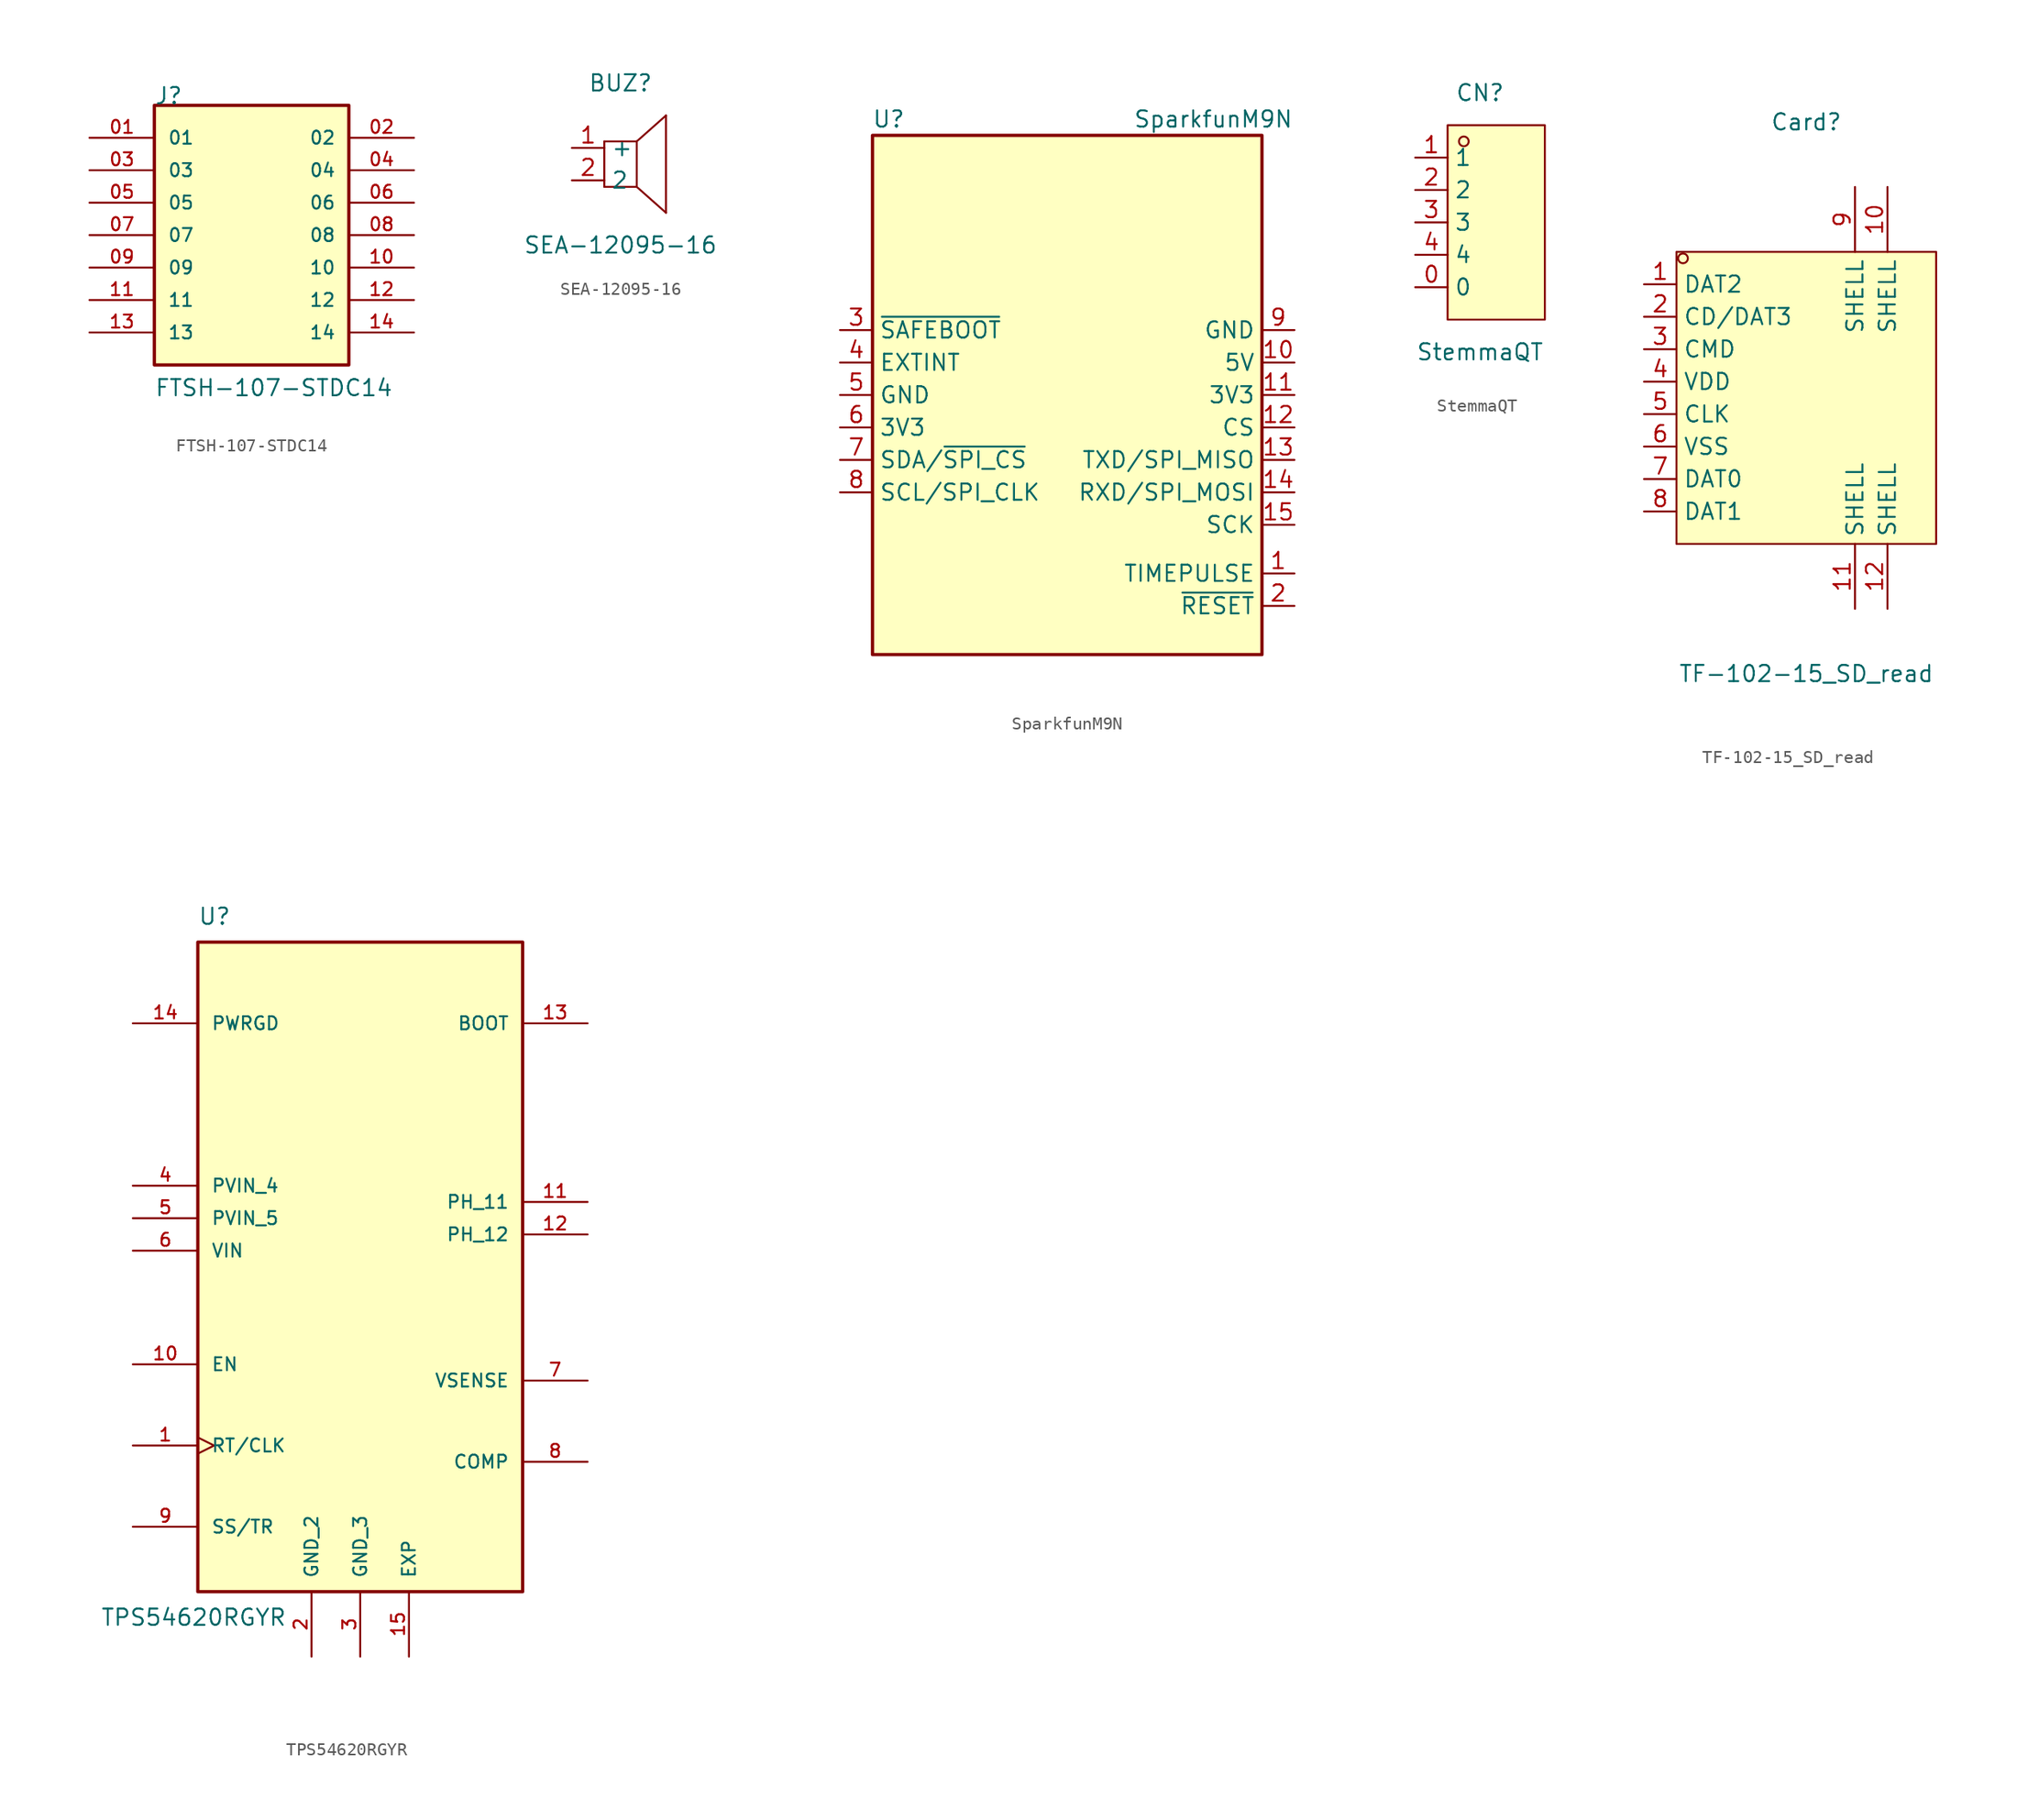
<source format=kicad_sym>
(kicad_symbol_lib
  (version 20241209)
  (generator "kicad_symbol_editor")
  (generator_version "9.0")
  (symbol "FTSH-107-STDC14"
    (pin_names
      (offset 1.016))
    (property "Reference" "J"
      (at -7.62 10.16 0)
      (effects (font (size 1.27 1.27)) (justify left bottom)))
    (property "Value" "FTSH-107-STDC14"
      (at -7.62 -12.7 0)
      (effects (font (size 1.27 1.27)) (justify left bottom)))
    (symbol "FTSH-107-STDC14_0_0"
      (rectangle (start -7.62 -10.16) (end 7.6 10.16) (stroke (width 0.254) (type default)) (fill (type background)))
      (pin passive line (at -12.7 7.62 0) (length 5.08) (name "01" (effects (font (size 1.016 1.016)))) (number "01" (effects (font (size 1.016 1.016)))))
      (pin passive line (at -12.7 5.08 0) (length 5.08) (name "03" (effects (font (size 1.016 1.016)))) (number "03" (effects (font (size 1.016 1.016)))))
      (pin passive line (at -12.7 2.54 0) (length 5.08) (name "05" (effects (font (size 1.016 1.016)))) (number "05" (effects (font (size 1.016 1.016)))))
      (pin passive line (at -12.7 0 0) (length 5.08) (name "07" (effects (font (size 1.016 1.016)))) (number "07" (effects (font (size 1.016 1.016)))))
      (pin passive line (at -12.7 -2.54 0) (length 5.08) (name "09" (effects (font (size 1.016 1.016)))) (number "09" (effects (font (size 1.016 1.016)))))
      (pin passive line (at -12.7 -5.08 0) (length 5.08) (name "11" (effects (font (size 1.016 1.016)))) (number "11" (effects (font (size 1.016 1.016)))))
      (pin passive line (at -12.7 -7.62 0) (length 5.08) (name "13" (effects (font (size 1.016 1.016)))) (number "13" (effects (font (size 1.016 1.016)))))
      (pin passive line (at 12.7 7.62 180) (length 5.08) (name "02" (effects (font (size 1.016 1.016)))) (number "02" (effects (font (size 1.016 1.016)))))
      (pin passive line (at 12.7 5.08 180) (length 5.08) (name "04" (effects (font (size 1.016 1.016)))) (number "04" (effects (font (size 1.016 1.016)))))
      (pin passive line (at 12.7 2.54 180) (length 5.08) (name "06" (effects (font (size 1.016 1.016)))) (number "06" (effects (font (size 1.016 1.016)))))
      (pin passive line (at 12.7 0 180) (length 5.08) (name "08" (effects (font (size 1.016 1.016)))) (number "08" (effects (font (size 1.016 1.016)))))
      (pin passive line (at 12.7 -2.54 180) (length 5.08) (name "10" (effects (font (size 1.016 1.016)))) (number "10" (effects (font (size 1.016 1.016)))))
      (pin passive line (at 12.7 -5.08 180) (length 5.08) (name "12" (effects (font (size 1.016 1.016)))) (number "12" (effects (font (size 1.016 1.016)))))
      (pin passive line (at 12.7 -7.62 180) (length 5.08) (name "14" (effects (font (size 1.016 1.016)))) (number "14" (effects (font (size 1.016 1.016)))))))
  (symbol "SEA-12095-16"
    (property "Reference" "BUZ"
      (at 0 6.35 0)
      (effects (font (size 1.27 1.27))))
    (property "Value" "SEA-12095-16"
      (at 0 -6.35 0)
      (effects (font (size 1.27 1.27))))
    (symbol "SEA-12095-16_0_1"
      (polyline (pts (xy -1.27 1.78) (xy -1.27 -1.78)) (stroke (width 0) (type default)) (fill (type none)))
      (polyline (pts (xy -1.27 1.78) (xy 1.27 1.78)) (stroke (width 0) (type default)) (fill (type none)))
      (polyline (pts (xy -1.27 -1.78) (xy 1.27 -1.78)) (stroke (width 0) (type default)) (fill (type none)))
      (polyline (pts (xy 1.27 1.78) (xy 1.27 -1.78)) (stroke (width 0) (type default)) (fill (type none)))
      (polyline (pts (xy 1.27 -1.78) (xy 3.56 -3.81)) (stroke (width 0) (type default)) (fill (type none)))
      (polyline (pts (xy 3.56 3.81) (xy 1.27 1.78)) (stroke (width 0) (type default)) (fill (type none)))
      (polyline (pts (xy 3.56 3.81) (xy 3.56 -3.81)) (stroke (width 0) (type default)) (fill (type none)))
      (pin unspecified line (at -3.81 1.27 0) (length 2.54) (name "+" (effects (font (size 1.27 1.27)))) (number "1" (effects (font (size 1.27 1.27)))))
      (pin unspecified line (at -3.81 -1.27 0) (length 2.54) (name "2" (effects (font (size 1.27 1.27)))) (number "2" (effects (font (size 1.27 1.27)))))))
  (symbol "SparkfunM9N"
    (property "Reference" "U"
      (at 59.69 63.5 0)
      (effects (font (size 1.27 1.27))))
    (property "Value" "SparkfunM9N"
      (at 85.09 63.5 0)
      (effects (font (size 1.27 1.27))))
    (symbol "SparkfunM9N_0_1"
      (rectangle (start 58.42 62.23) (end 88.9 21.59) (stroke (width 0.254) (type default)) (fill (type background))))
    (symbol "SparkfunM9N_1_1"
      (pin input line (at 55.88 46.99 0) (length 2.54) (name "~{SAFEBOOT}" (effects (font (size 1.27 1.27)))) (number "3" (effects (font (size 1.27 1.27)))))
      (pin input line (at 55.88 44.45 0) (length 2.54) (name "EXTINT" (effects (font (size 1.27 1.27)))) (number "4" (effects (font (size 1.27 1.27)))))
      (pin power_in line (at 55.88 41.91 0) (length 2.54) (name "GND" (effects (font (size 1.27 1.27)))) (number "5" (effects (font (size 1.27 1.27)))))
      (pin power_in line (at 55.88 39.37 0) (length 2.54) (name "3V3" (effects (font (size 1.27 1.27)))) (number "6" (effects (font (size 1.27 1.27)))))
      (pin bidirectional line (at 55.88 36.83 0) (length 2.54) (name "SDA/~{SPI_CS}" (effects (font (size 1.27 1.27)))) (number "7" (effects (font (size 1.27 1.27)))))
      (pin input line (at 55.88 34.29 0) (length 2.54) (name "SCL/SPI_CLK" (effects (font (size 1.27 1.27)))) (number "8" (effects (font (size 1.27 1.27)))))
      (pin power_in line (at 91.44 46.99 180) (length 2.54) (name "GND" (effects (font (size 1.27 1.27)))) (number "9" (effects (font (size 1.27 1.27)))))
      (pin power_in line (at 91.44 44.45 180) (length 2.54) (name "5V" (effects (font (size 1.27 1.27)))) (number "10" (effects (font (size 1.27 1.27)))))
      (pin power_in line (at 91.44 41.91 180) (length 2.54) (name "3V3" (effects (font (size 1.27 1.27)))) (number "11" (effects (font (size 1.27 1.27)))))
      (pin output line (at 91.44 39.37 180) (length 2.54) (name "CS" (effects (font (size 1.27 1.27)))) (number "12" (effects (font (size 1.27 1.27)))))
      (pin output line (at 91.44 36.83 180) (length 2.54) (name "TXD/SPI_MISO" (effects (font (size 1.27 1.27)))) (number "13" (effects (font (size 1.27 1.27)))))
      (pin input line (at 91.44 34.29 180) (length 2.54) (name "RXD/SPI_MOSI" (effects (font (size 1.27 1.27)))) (number "14" (effects (font (size 1.27 1.27)))))
      (pin input line (at 91.44 31.75 180) (length 2.54) (name "SCK" (effects (font (size 1.27 1.27)))) (number "15" (effects (font (size 1.27 1.27)))))
      (pin output line (at 91.44 27.94 180) (length 2.54) (name "TIMEPULSE" (effects (font (size 1.27 1.27)))) (number "1" (effects (font (size 1.27 1.27)))))
      (pin input line (at 91.44 25.4 180) (length 2.54) (name "~{RESET}" (effects (font (size 1.27 1.27)))) (number "2" (effects (font (size 1.27 1.27)))))))
  (symbol "StemmaQT"
    (property "Reference" "CN"
      (at 0 10.16 0)
      (effects (font (size 1.27 1.27))))
    (property "Value" "StemmaQT"
      (at 0 -10.16 0)
      (effects (font (size 1.27 1.27))))
    (symbol "StemmaQT_0_1"
      (rectangle (start -2.54 7.62) (end 5.08 -7.62) (stroke (width 0) (type default)) (fill (type background)))
      (circle (center -1.27 6.35) (radius 0.38) (stroke (width 0) (type default)) (fill (type none))))
    (symbol "StemmaQT_1_1"
      (pin power_in line (at -5.08 5.08 0) (length 2.54) (name "1" (effects (font (size 1.27 1.27)))) (number "1" (effects (font (size 1.27 1.27)))))
      (pin power_in line (at -5.08 2.54 0) (length 2.54) (name "2" (effects (font (size 1.27 1.27)))) (number "2" (effects (font (size 1.27 1.27)))))
      (pin bidirectional line (at -5.08 0 0) (length 2.54) (name "3" (effects (font (size 1.27 1.27)))) (number "3" (effects (font (size 1.27 1.27)))))
      (pin bidirectional line (at -5.08 -2.54 0) (length 2.54) (name "4" (effects (font (size 1.27 1.27)))) (number "4" (effects (font (size 1.27 1.27)))))
      (pin power_in line (at -5.08 -5.08 0) (length 2.54) (name "0" (effects (font (size 1.27 1.27)))) (number "0" (effects (font (size 1.27 1.27)))))))
  (symbol "TF-102-15_SD_read"
    (property "Reference" "Card"
      (at 0 21.59 0)
      (effects (font (size 1.27 1.27))))
    (property "Value" "TF-102-15_SD_read"
      (at 0 -21.59 0)
      (effects (font (size 1.27 1.27))))
    (symbol "TF-102-15_SD_read_0_1"
      (rectangle (start -10.16 11.43) (end 10.16 -11.43) (stroke (width 0) (type default)) (fill (type background)))
      (circle (center -9.65 10.92) (radius 0.38) (stroke (width 0) (type default)) (fill (type none))))
    (symbol "TF-102-15_SD_read_1_1"
      (pin bidirectional line (at -12.7 8.89 0) (length 2.54) (name "DAT2" (effects (font (size 1.27 1.27)))) (number "1" (effects (font (size 1.27 1.27)))))
      (pin bidirectional line (at -12.7 6.35 0) (length 2.54) (name "CD/DAT3" (effects (font (size 1.27 1.27)))) (number "2" (effects (font (size 1.27 1.27)))))
      (pin bidirectional line (at -12.7 3.81 0) (length 2.54) (name "CMD" (effects (font (size 1.27 1.27)))) (number "3" (effects (font (size 1.27 1.27)))))
      (pin power_in line (at -12.7 1.27 0) (length 2.54) (name "VDD" (effects (font (size 1.27 1.27)))) (number "4" (effects (font (size 1.27 1.27)))))
      (pin input line (at -12.7 -1.27 0) (length 2.54) (name "CLK" (effects (font (size 1.27 1.27)))) (number "5" (effects (font (size 1.27 1.27)))))
      (pin power_in line (at -12.7 -3.81 0) (length 2.54) (name "VSS" (effects (font (size 1.27 1.27)))) (number "6" (effects (font (size 1.27 1.27)))))
      (pin bidirectional line (at -12.7 -6.35 0) (length 2.54) (name "DAT0" (effects (font (size 1.27 1.27)))) (number "7" (effects (font (size 1.27 1.27)))))
      (pin bidirectional line (at -12.7 -8.89 0) (length 2.54) (name "DAT1" (effects (font (size 1.27 1.27)))) (number "8" (effects (font (size 1.27 1.27)))))
      (pin passive line (at 3.81 16.51 270) (length 5.08) (name "SHELL" (effects (font (size 1.27 1.27)))) (number "9" (effects (font (size 1.27 1.27)))))
      (pin passive line (at 3.81 -16.51 90) (length 5.08) (name "SHELL" (effects (font (size 1.27 1.27)))) (number "11" (effects (font (size 1.27 1.27)))))
      (pin passive line (at 6.35 16.51 270) (length 5.08) (name "SHELL" (effects (font (size 1.27 1.27)))) (number "10" (effects (font (size 1.27 1.27)))))
      (pin passive line (at 6.35 -16.51 90) (length 5.08) (name "SHELL" (effects (font (size 1.27 1.27)))) (number "12" (effects (font (size 1.27 1.27)))))))
  (symbol "TPS54620RGYR"
    (pin_names
      (offset 1.016))
    (property "Reference" "U"
      (at -12.7 26.67 0)
      (effects (font (size 1.27 1.27)) (justify left bottom)))
    (property "Value" "TPS54620RGYR"
      (at -20.32 -26.67 0)
      (effects (font (size 1.27 1.27)) (justify left top)))
    (symbol "TPS54620RGYR_0_0"
      (rectangle (start -12.7 25.4) (end 12.7 -25.4) (stroke (width 0.254) (type default)) (fill (type background)))
      (pin power_in line (at -17.78 19.05 0) (length 5.08) (name "PWRGD" (effects (font (size 1.016 1.016)))) (number "14" (effects (font (size 1.016 1.016)))))
      (pin power_in line (at -17.78 6.35 0) (length 5.08) (name "PVIN_4" (effects (font (size 1.016 1.016)))) (number "4" (effects (font (size 1.016 1.016)))))
      (pin power_in line (at -17.78 3.81 0) (length 5.08) (name "PVIN_5" (effects (font (size 1.016 1.016)))) (number "5" (effects (font (size 1.016 1.016)))))
      (pin input line (at -17.78 1.27 0) (length 5.08) (name "VIN" (effects (font (size 1.016 1.016)))) (number "6" (effects (font (size 1.016 1.016)))))
      (pin input line (at -17.78 -7.62 0) (length 5.08) (name "EN" (effects (font (size 1.016 1.016)))) (number "10" (effects (font (size 1.016 1.016)))))
      (pin input clock (at -17.78 -13.97 0) (length 5.08) (name "RT/CLK" (effects (font (size 1.016 1.016)))) (number "1" (effects (font (size 1.016 1.016)))))
      (pin output line (at -17.78 -20.32 0) (length 5.08) (name "SS/TR" (effects (font (size 1.016 1.016)))) (number "9" (effects (font (size 1.016 1.016)))))
      (pin power_in line (at -3.81 -30.48 90) (length 5.08) (name "GND_2" (effects (font (size 1.016 1.016)))) (number "2" (effects (font (size 1.016 1.016)))))
      (pin power_in line (at 0 -30.48 90) (length 5.08) (name "GND_3" (effects (font (size 1.016 1.016)))) (number "3" (effects (font (size 1.016 1.016)))))
      (pin passive line (at 3.81 -30.48 90) (length 5.08) (name "EXP" (effects (font (size 1.016 1.016)))) (number "15" (effects (font (size 1.016 1.016)))))
      (pin input line (at 17.78 19.05 180) (length 5.08) (name "BOOT" (effects (font (size 1.016 1.016)))) (number "13" (effects (font (size 1.016 1.016)))))
      (pin output line (at 17.78 5.08 180) (length 5.08) (name "PH_11" (effects (font (size 1.016 1.016)))) (number "11" (effects (font (size 1.016 1.016)))))
      (pin input line (at 17.78 -8.89 180) (length 5.08) (name "VSENSE" (effects (font (size 1.016 1.016)))) (number "7" (effects (font (size 1.016 1.016)))))
      (pin output line (at 17.78 -15.24 180) (length 5.08) (name "COMP" (effects (font (size 1.016 1.016)))) (number "8" (effects (font (size 1.016 1.016))))))
    (symbol "TPS54620RGYR_1_0"
      (pin passive line (at 17.78 2.54 180) (length 5.08) (name "PH_12" (effects (font (size 1.016 1.016)))) (number "12" (effects (font (size 1.016 1.016))))))))
</source>
